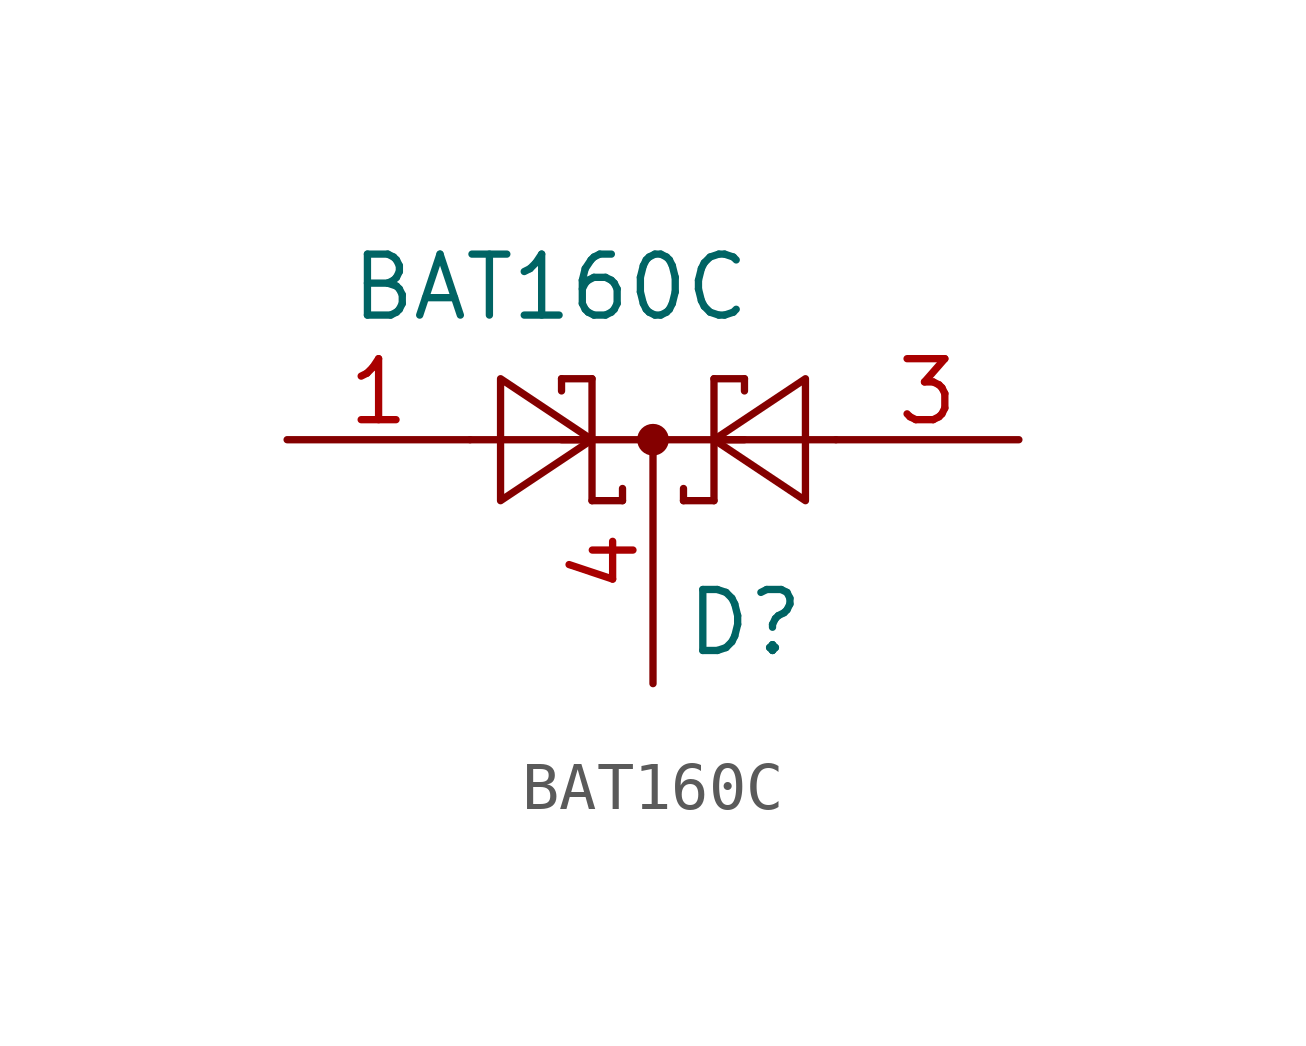
<source format=kicad_sym>
(kicad_symbol_lib
  (version 20211014)
  (generator kicad_symbol_editor)
  (symbol "BAT160C"
    (property "Reference" "D"
      (at 0.635 -3.81 0)
      (effects (font (size 1.27 1.27)) (justify left)))
    (property "Value" "BAT160C"
      (at -6.35 3.175 0)
      (effects (font (size 1.27 1.27)) (justify left)))
    (symbol "BAT160C_0_1"
      (polyline (pts (xy -1.905 0) (xy 1.905 0)) (stroke (width 0) (type default) (color 0 0 0 0)) (fill (type none)))
      (polyline (pts (xy -1.905 1.27) (xy -1.905 1.016)) (stroke (width 0) (type default) (color 0 0 0 0)) (fill (type none)))
      (polyline (pts (xy -1.27 -1.27) (xy -0.635 -1.27)) (stroke (width 0) (type default) (color 0 0 0 0)) (fill (type none)))
      (polyline (pts (xy -1.27 0) (xy -3.81 0)) (stroke (width 0) (type default) (color 0 0 0 0)) (fill (type none)))
      (polyline (pts (xy -1.27 1.27) (xy -1.905 1.27)) (stroke (width 0) (type default) (color 0 0 0 0)) (fill (type none)))
      (polyline (pts (xy -1.27 1.27) (xy -1.27 -1.27)) (stroke (width 0) (type default) (color 0 0 0 0)) (fill (type none)))
      (polyline (pts (xy -0.635 -1.27) (xy -0.635 -1.016)) (stroke (width 0) (type default) (color 0 0 0 0)) (fill (type none)))
      (polyline (pts (xy 0.635 -1.27) (xy 0.635 -1.016)) (stroke (width 0) (type default) (color 0 0 0 0)) (fill (type none)))
      (polyline (pts (xy 1.27 -1.27) (xy 0.635 -1.27)) (stroke (width 0) (type default) (color 0 0 0 0)) (fill (type none)))
      (polyline (pts (xy 1.27 1.27) (xy 1.27 -1.27)) (stroke (width 0) (type default) (color 0 0 0 0)) (fill (type none)))
      (polyline (pts (xy 1.27 1.27) (xy 1.905 1.27)) (stroke (width 0) (type default) (color 0 0 0 0)) (fill (type none)))
      (polyline (pts (xy 1.905 1.27) (xy 1.905 1.016)) (stroke (width 0) (type default) (color 0 0 0 0)) (fill (type none)))
      (polyline (pts (xy 3.81 0) (xy 1.27 0)) (stroke (width 0) (type default) (color 0 0 0 0)) (fill (type none)))
      (polyline (pts (xy -3.175 -1.27) (xy -3.175 1.27) (xy -1.27 0) (xy -3.175 -1.27)) (stroke (width 0) (type default) (color 0 0 0 0)) (fill (type none)))
      (polyline (pts (xy 3.175 -1.27) (xy 3.175 1.27) (xy 1.27 0) (xy 3.175 -1.27)) (stroke (width 0) (type default) (color 0 0 0 0)) (fill (type none)))
      (circle (center 0 0) (radius 0.254) (stroke (width 0) (type default) (color 0 0 0 0)) (fill (type outline))))
    (symbol "BAT160C_1_1"
      (pin passive line (at -7.62 0 0) (length 3.81) (name "~" (effects (font (size 1.27 1.27)))) (number "1" (effects (font (size 1.27 1.27)))))
      (pin no_connect line (at 0 0 270) (length 2.54) hide (name "NC" (effects (font (size 1.27 1.27)))) (number "2" (effects (font (size 1.27 1.27)))))
      (pin passive line (at 7.62 0 180) (length 3.81) (name "~" (effects (font (size 1.27 1.27)))) (number "3" (effects (font (size 1.27 1.27)))))
      (pin passive line (at 0 -5.08 90) (length 5.08) (name "~" (effects (font (size 1.27 1.27)))) (number "4" (effects (font (size 1.27 1.27))))))))
</source>
